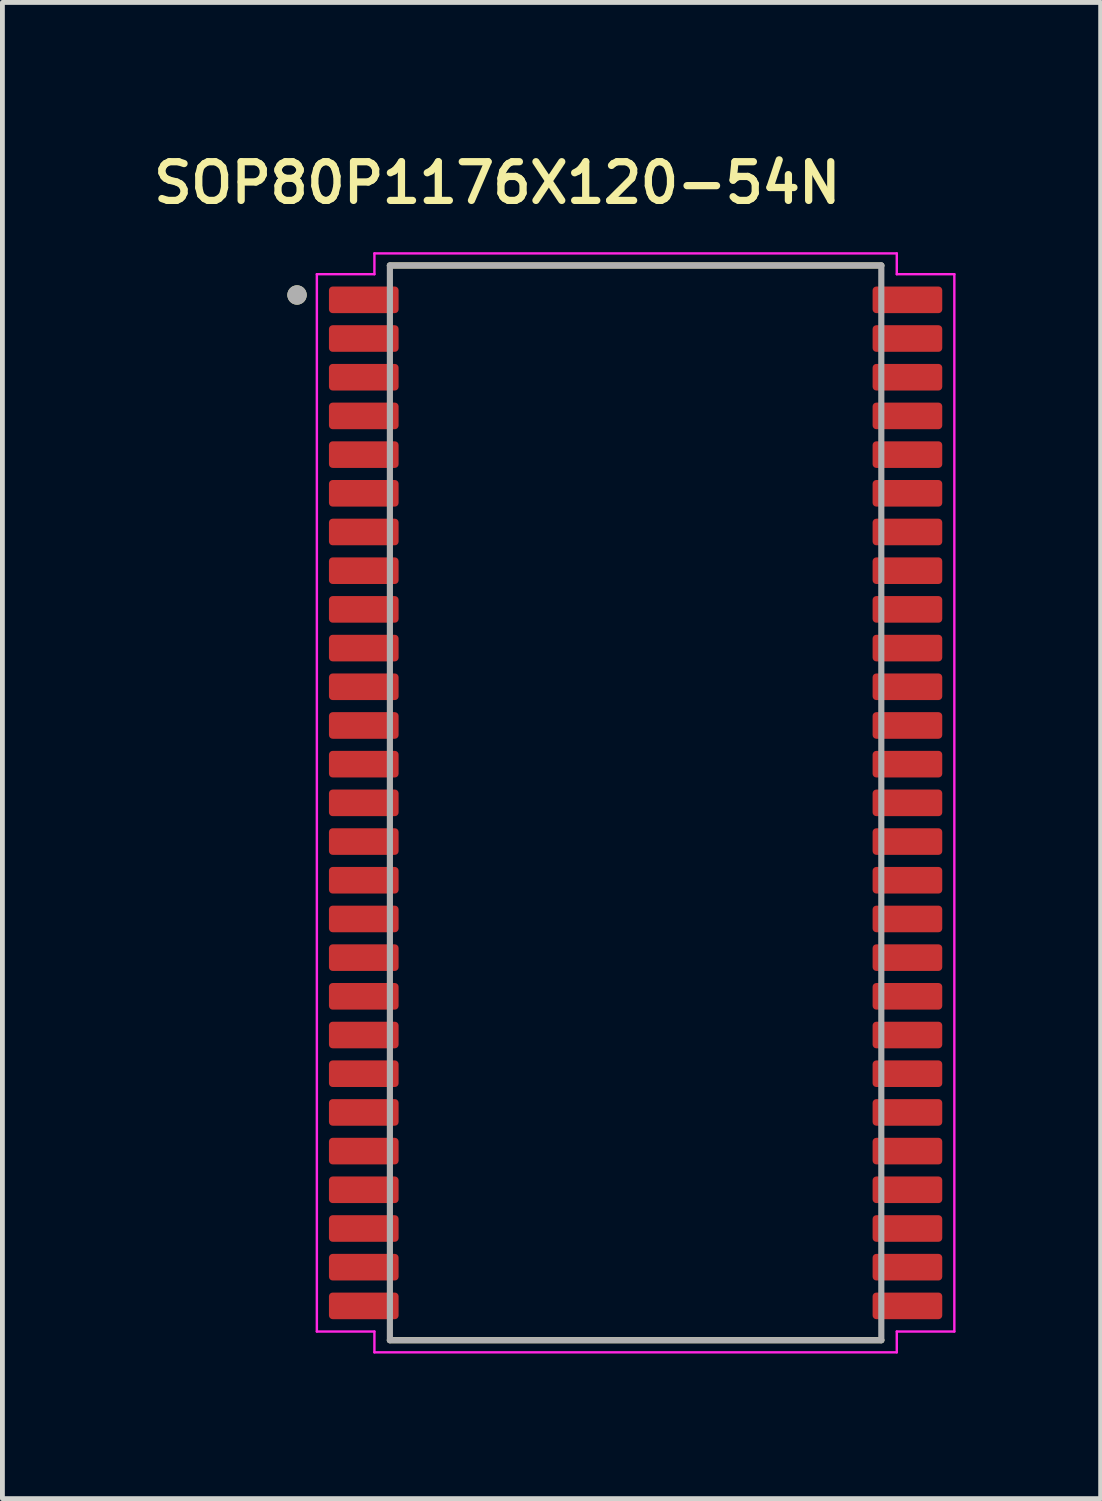
<source format=kicad_pcb>
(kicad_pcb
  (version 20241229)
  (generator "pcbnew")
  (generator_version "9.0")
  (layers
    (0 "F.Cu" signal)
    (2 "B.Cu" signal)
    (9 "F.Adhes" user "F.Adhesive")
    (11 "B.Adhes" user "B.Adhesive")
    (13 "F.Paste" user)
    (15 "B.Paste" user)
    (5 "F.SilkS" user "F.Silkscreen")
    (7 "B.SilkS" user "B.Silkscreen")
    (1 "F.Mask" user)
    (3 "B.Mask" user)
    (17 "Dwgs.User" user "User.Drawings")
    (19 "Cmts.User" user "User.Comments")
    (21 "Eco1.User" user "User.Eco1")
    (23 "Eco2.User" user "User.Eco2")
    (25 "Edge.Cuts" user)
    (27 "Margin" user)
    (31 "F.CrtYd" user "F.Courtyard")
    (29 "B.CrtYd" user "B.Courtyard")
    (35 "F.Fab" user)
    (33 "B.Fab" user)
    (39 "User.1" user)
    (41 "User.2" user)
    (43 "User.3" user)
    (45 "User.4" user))
  (footprint "SOP80P1176X120-54N"
    (layer "F.Cu")
    (at 10.091 13.549)
    (property "Reference" "SOP80P1176X120-54N" (at -2.86 -12.818 0) (layer "F.SilkS") (effects (font (size 0.8 0.8) (thickness 0.15))))
    (attr through_hole)
    (fp_line (start -5.08 11.11) (end 5.08 11.11) (stroke (width 0.127) (type solid)) (layer "F.SilkS"))
    (fp_line (start 5.08 -11.11) (end -5.08 -11.11) (stroke (width 0.127) (type solid)) (layer "F.SilkS"))
    (fp_circle (center -7 -10.5) (end -6.9 -10.5) (stroke (width 0.2) (type solid)) (fill no) (layer "F.SilkS"))
    (fp_line (start -6.59 -10.93) (end -6.59 10.93) (stroke (width 0.05) (type solid)) (layer "F.CrtYd"))
    (fp_line (start -5.4 -11.36) (end -5.4 -10.93) (stroke (width 0.05) (type solid)) (layer "F.CrtYd"))
    (fp_line (start -5.4 -11.36) (end 5.4 -11.36) (stroke (width 0.05) (type solid)) (layer "F.CrtYd"))
    (fp_line (start -5.4 -10.93) (end -6.59 -10.93) (stroke (width 0.05) (type solid)) (layer "F.CrtYd"))
    (fp_line (start -5.4 10.93) (end -6.59 10.93) (stroke (width 0.05) (type solid)) (layer "F.CrtYd"))
    (fp_line (start -5.4 11.36) (end -5.4 10.93) (stroke (width 0.05) (type solid)) (layer "F.CrtYd"))
    (fp_line (start -5.4 11.36) (end 5.4 11.36) (stroke (width 0.05) (type solid)) (layer "F.CrtYd"))
    (fp_line (start 5.4 -11.36) (end 5.4 -10.93) (stroke (width 0.05) (type solid)) (layer "F.CrtYd"))
    (fp_line (start 5.4 -10.93) (end 6.59 -10.93) (stroke (width 0.05) (type solid)) (layer "F.CrtYd"))
    (fp_line (start 5.4 10.93) (end 6.59 10.93) (stroke (width 0.05) (type solid)) (layer "F.CrtYd"))
    (fp_line (start 5.4 11.36) (end 5.4 10.93) (stroke (width 0.05) (type solid)) (layer "F.CrtYd"))
    (fp_line (start 6.59 -10.93) (end 6.59 10.93) (stroke (width 0.05) (type solid)) (layer "F.CrtYd"))
    (fp_line (start -5.08 -11.11) (end -5.08 11.11) (stroke (width 0.127) (type solid)) (layer "F.Fab"))
    (fp_line (start -5.08 11.11) (end 5.08 11.11) (stroke (width 0.127) (type solid)) (layer "F.Fab"))
    (fp_line (start 5.08 -11.11) (end -5.08 -11.11) (stroke (width 0.127) (type solid)) (layer "F.Fab"))
    (fp_line (start 5.08 11.11) (end 5.08 -11.11) (stroke (width 0.127) (type solid)) (layer "F.Fab"))
    (fp_circle (center -7 -10.5) (end -6.9 -10.5) (stroke (width 0.2) (type solid)) (fill no) (layer "F.Fab"))
    (pad "1" smd roundrect (at -5.62 -10.4) (size 1.44 0.55) (layers "F.Cu" "F.Mask" "F.Paste") (roundrect_rratio 0.14))
    (pad "2" smd roundrect (at -5.62 -9.6) (size 1.44 0.55) (layers "F.Cu" "F.Mask" "F.Paste") (roundrect_rratio 0.14))
    (pad "3" smd roundrect (at -5.62 -8.8) (size 1.44 0.55) (layers "F.Cu" "F.Mask" "F.Paste") (roundrect_rratio 0.14))
    (pad "4" smd roundrect (at -5.62 -8) (size 1.44 0.55) (layers "F.Cu" "F.Mask" "F.Paste") (roundrect_rratio 0.14))
    (pad "5" smd roundrect (at -5.62 -7.2) (size 1.44 0.55) (layers "F.Cu" "F.Mask" "F.Paste") (roundrect_rratio 0.14))
    (pad "6" smd roundrect (at -5.62 -6.4) (size 1.44 0.55) (layers "F.Cu" "F.Mask" "F.Paste") (roundrect_rratio 0.14))
    (pad "7" smd roundrect (at -5.62 -5.6) (size 1.44 0.55) (layers "F.Cu" "F.Mask" "F.Paste") (roundrect_rratio 0.14))
    (pad "8" smd roundrect (at -5.62 -4.8) (size 1.44 0.55) (layers "F.Cu" "F.Mask" "F.Paste") (roundrect_rratio 0.14))
    (pad "9" smd roundrect (at -5.62 -4) (size 1.44 0.55) (layers "F.Cu" "F.Mask" "F.Paste") (roundrect_rratio 0.14))
    (pad "10" smd roundrect (at -5.62 -3.2) (size 1.44 0.55) (layers "F.Cu" "F.Mask" "F.Paste") (roundrect_rratio 0.14))
    (pad "11" smd roundrect (at -5.62 -2.4) (size 1.44 0.55) (layers "F.Cu" "F.Mask" "F.Paste") (roundrect_rratio 0.14))
    (pad "12" smd roundrect (at -5.62 -1.6) (size 1.44 0.55) (layers "F.Cu" "F.Mask" "F.Paste") (roundrect_rratio 0.14))
    (pad "13" smd roundrect (at -5.62 -0.8) (size 1.44 0.55) (layers "F.Cu" "F.Mask" "F.Paste") (roundrect_rratio 0.14))
    (pad "14" smd roundrect (at -5.62 0) (size 1.44 0.55) (layers "F.Cu" "F.Mask" "F.Paste") (roundrect_rratio 0.14))
    (pad "15" smd roundrect (at -5.62 0.8) (size 1.44 0.55) (layers "F.Cu" "F.Mask" "F.Paste") (roundrect_rratio 0.14))
    (pad "16" smd roundrect (at -5.62 1.6) (size 1.44 0.55) (layers "F.Cu" "F.Mask" "F.Paste") (roundrect_rratio 0.14))
    (pad "17" smd roundrect (at -5.62 2.4) (size 1.44 0.55) (layers "F.Cu" "F.Mask" "F.Paste") (roundrect_rratio 0.14))
    (pad "18" smd roundrect (at -5.62 3.2) (size 1.44 0.55) (layers "F.Cu" "F.Mask" "F.Paste") (roundrect_rratio 0.14))
    (pad "19" smd roundrect (at -5.62 4) (size 1.44 0.55) (layers "F.Cu" "F.Mask" "F.Paste") (roundrect_rratio 0.14))
    (pad "20" smd roundrect (at -5.62 4.8) (size 1.44 0.55) (layers "F.Cu" "F.Mask" "F.Paste") (roundrect_rratio 0.14))
    (pad "21" smd roundrect (at -5.62 5.6) (size 1.44 0.55) (layers "F.Cu" "F.Mask" "F.Paste") (roundrect_rratio 0.14))
    (pad "22" smd roundrect (at -5.62 6.4) (size 1.44 0.55) (layers "F.Cu" "F.Mask" "F.Paste") (roundrect_rratio 0.14))
    (pad "23" smd roundrect (at -5.62 7.2) (size 1.44 0.55) (layers "F.Cu" "F.Mask" "F.Paste") (roundrect_rratio 0.14))
    (pad "24" smd roundrect (at -5.62 8) (size 1.44 0.55) (layers "F.Cu" "F.Mask" "F.Paste") (roundrect_rratio 0.14))
    (pad "25" smd roundrect (at -5.62 8.8) (size 1.44 0.55) (layers "F.Cu" "F.Mask" "F.Paste") (roundrect_rratio 0.14))
    (pad "26" smd roundrect (at -5.62 9.6) (size 1.44 0.55) (layers "F.Cu" "F.Mask" "F.Paste") (roundrect_rratio 0.14))
    (pad "27" smd roundrect (at -5.62 10.4) (size 1.44 0.55) (layers "F.Cu" "F.Mask" "F.Paste") (roundrect_rratio 0.14))
    (pad "28" smd roundrect (at 5.62 10.4) (size 1.44 0.55) (layers "F.Cu" "F.Mask" "F.Paste") (roundrect_rratio 0.14))
    (pad "29" smd roundrect (at 5.62 9.6) (size 1.44 0.55) (layers "F.Cu" "F.Mask" "F.Paste") (roundrect_rratio 0.14))
    (pad "30" smd roundrect (at 5.62 8.8) (size 1.44 0.55) (layers "F.Cu" "F.Mask" "F.Paste") (roundrect_rratio 0.14))
    (pad "31" smd roundrect (at 5.62 8) (size 1.44 0.55) (layers "F.Cu" "F.Mask" "F.Paste") (roundrect_rratio 0.14))
    (pad "32" smd roundrect (at 5.62 7.2) (size 1.44 0.55) (layers "F.Cu" "F.Mask" "F.Paste") (roundrect_rratio 0.14))
    (pad "33" smd roundrect (at 5.62 6.4) (size 1.44 0.55) (layers "F.Cu" "F.Mask" "F.Paste") (roundrect_rratio 0.14))
    (pad "34" smd roundrect (at 5.62 5.6) (size 1.44 0.55) (layers "F.Cu" "F.Mask" "F.Paste") (roundrect_rratio 0.14))
    (pad "35" smd roundrect (at 5.62 4.8) (size 1.44 0.55) (layers "F.Cu" "F.Mask" "F.Paste") (roundrect_rratio 0.14))
    (pad "36" smd roundrect (at 5.62 4) (size 1.44 0.55) (layers "F.Cu" "F.Mask" "F.Paste") (roundrect_rratio 0.14))
    (pad "37" smd roundrect (at 5.62 3.2) (size 1.44 0.55) (layers "F.Cu" "F.Mask" "F.Paste") (roundrect_rratio 0.14))
    (pad "38" smd roundrect (at 5.62 2.4) (size 1.44 0.55) (layers "F.Cu" "F.Mask" "F.Paste") (roundrect_rratio 0.14))
    (pad "39" smd roundrect (at 5.62 1.6) (size 1.44 0.55) (layers "F.Cu" "F.Mask" "F.Paste") (roundrect_rratio 0.14))
    (pad "40" smd roundrect (at 5.62 0.8) (size 1.44 0.55) (layers "F.Cu" "F.Mask" "F.Paste") (roundrect_rratio 0.14))
    (pad "41" smd roundrect (at 5.62 0) (size 1.44 0.55) (layers "F.Cu" "F.Mask" "F.Paste") (roundrect_rratio 0.14))
    (pad "42" smd roundrect (at 5.62 -0.8) (size 1.44 0.55) (layers "F.Cu" "F.Mask" "F.Paste") (roundrect_rratio 0.14))
    (pad "43" smd roundrect (at 5.62 -1.6) (size 1.44 0.55) (layers "F.Cu" "F.Mask" "F.Paste") (roundrect_rratio 0.14))
    (pad "44" smd roundrect (at 5.62 -2.4) (size 1.44 0.55) (layers "F.Cu" "F.Mask" "F.Paste") (roundrect_rratio 0.14))
    (pad "45" smd roundrect (at 5.62 -3.2) (size 1.44 0.55) (layers "F.Cu" "F.Mask" "F.Paste") (roundrect_rratio 0.14))
    (pad "46" smd roundrect (at 5.62 -4) (size 1.44 0.55) (layers "F.Cu" "F.Mask" "F.Paste") (roundrect_rratio 0.14))
    (pad "47" smd roundrect (at 5.62 -4.8) (size 1.44 0.55) (layers "F.Cu" "F.Mask" "F.Paste") (roundrect_rratio 0.14))
    (pad "48" smd roundrect (at 5.62 -5.6) (size 1.44 0.55) (layers "F.Cu" "F.Mask" "F.Paste") (roundrect_rratio 0.14))
    (pad "49" smd roundrect (at 5.62 -6.4) (size 1.44 0.55) (layers "F.Cu" "F.Mask" "F.Paste") (roundrect_rratio 0.14))
    (pad "50" smd roundrect (at 5.62 -7.2) (size 1.44 0.55) (layers "F.Cu" "F.Mask" "F.Paste") (roundrect_rratio 0.14))
    (pad "51" smd roundrect (at 5.62 -8) (size 1.44 0.55) (layers "F.Cu" "F.Mask" "F.Paste") (roundrect_rratio 0.14))
    (pad "52" smd roundrect (at 5.62 -8.8) (size 1.44 0.55) (layers "F.Cu" "F.Mask" "F.Paste") (roundrect_rratio 0.14))
    (pad "53" smd roundrect (at 5.62 -9.6) (size 1.44 0.55) (layers "F.Cu" "F.Mask" "F.Paste") (roundrect_rratio 0.14))
    (pad "54" smd roundrect (at 5.62 -10.4) (size 1.44 0.55) (layers "F.Cu" "F.Mask" "F.Paste") (roundrect_rratio 0.14)))
  (gr_rect
    (start -3 -3)
    (end 19.706 27.934)
    (stroke (width 0.1) (type default))
    (fill no)
    (layer "Edge.Cuts")))
</source>
